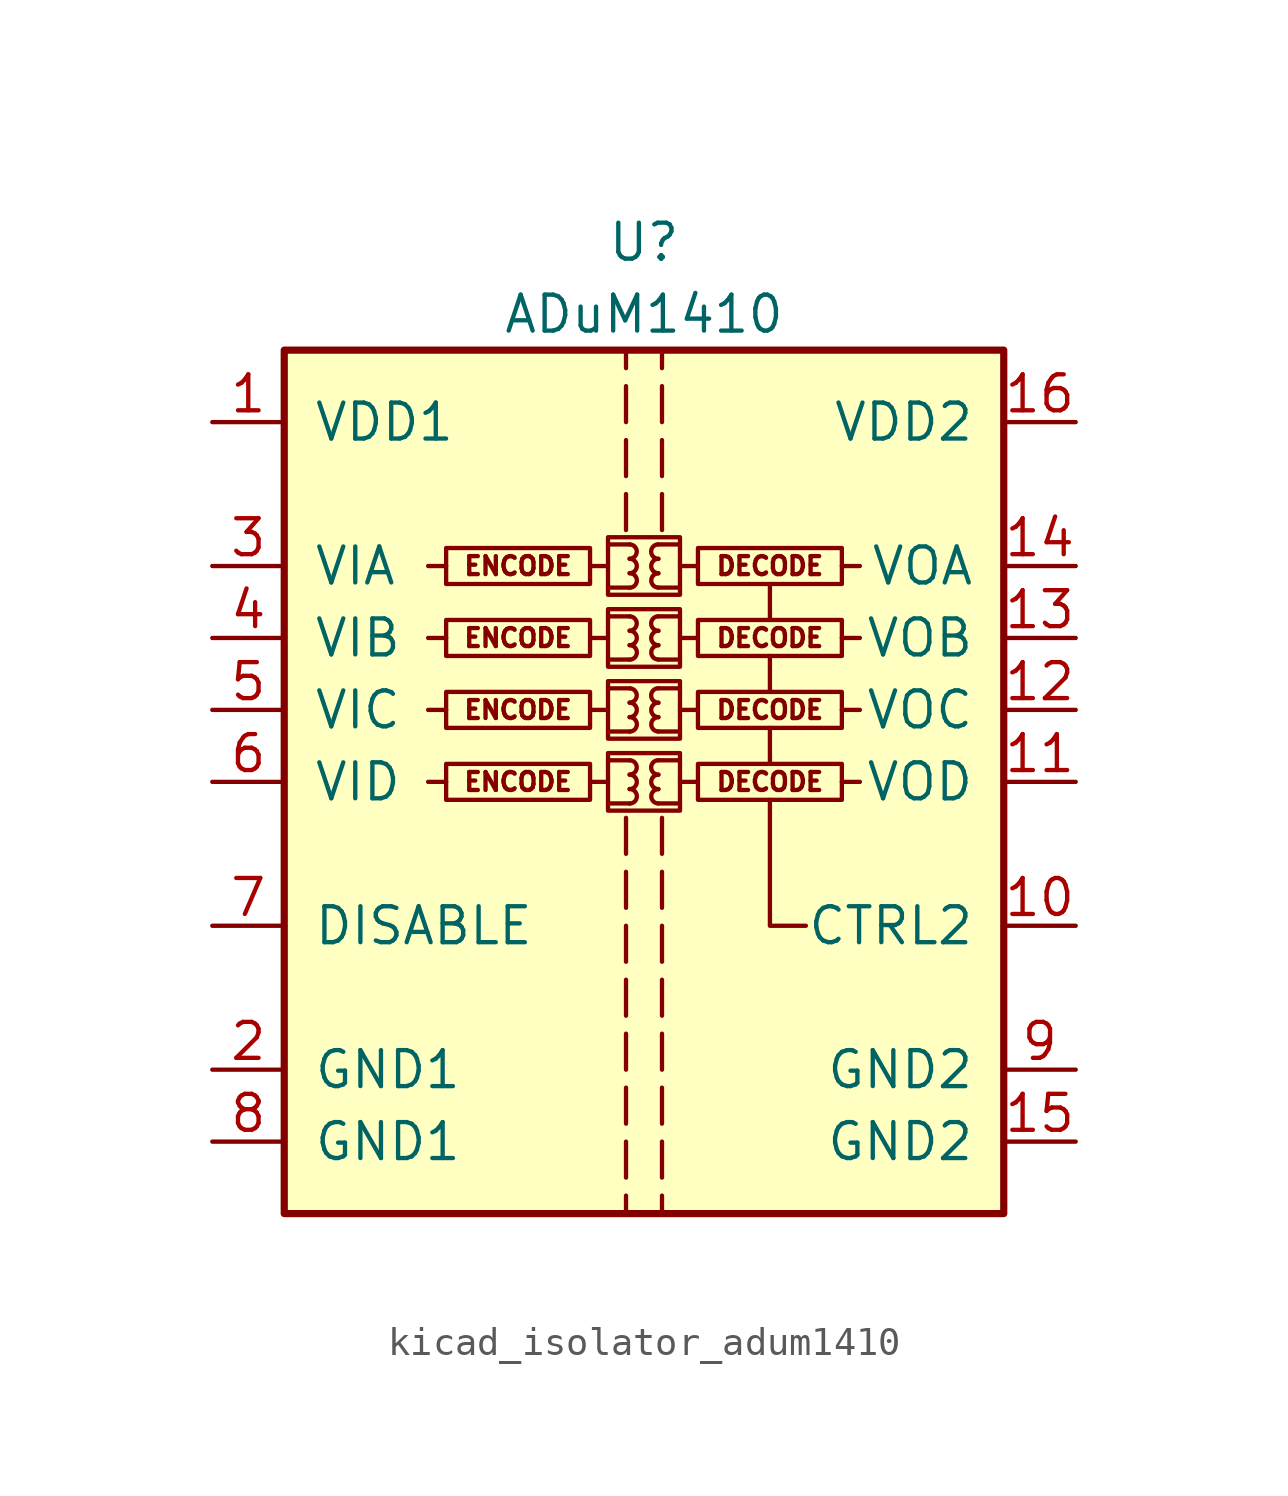
<source format=kicad_sym>
(kicad_symbol_lib
  (version 20220914)
  (generator kicad_symbol_editor)
  (symbol "kicad_isolator_adum1410"
    (pin_names
      (offset 1.016))
    (property "Reference" "U"
      (at 0 19.05 0)
      (effects (font (size 1.27 1.27))))
    (property "Value" "ADuM1410"
      (at 0 16.51 0)
      (effects (font (size 1.27 1.27))))
    (symbol "kicad_isolator_adum1410_0_0"
      (rectangle (start -1.905 0.635) (end -6.985 -0.635) (stroke (width 0) (type default)) (fill (type none)))
      (rectangle (start -1.27 1.016) (end 1.27 -1.016) (stroke (width 0) (type default)) (fill (type none)))
      (rectangle (start -1.27 3.556) (end 1.27 1.524) (stroke (width 0) (type default)) (fill (type none)))
      (rectangle (start -1.27 6.096) (end 1.27 4.064) (stroke (width 0) (type default)) (fill (type none)))
      (rectangle (start -1.27 8.636) (end 1.27 6.604) (stroke (width 0) (type default)) (fill (type none)))
      (arc (start -0.508 -0.762) (mid -0.2551 -0.508) (end -0.508 -0.254) (stroke (width 0) (type default)) (fill (type none)))
      (arc (start -0.508 -0.254) (mid -0.2551 0) (end -0.508 0.254) (stroke (width 0) (type default)) (fill (type none)))
      (arc (start -0.508 0.254) (mid -0.2551 0.508) (end -0.508 0.762) (stroke (width 0) (type default)) (fill (type none)))
      (arc (start -0.508 1.778) (mid -0.2551 2.032) (end -0.508 2.286) (stroke (width 0) (type default)) (fill (type none)))
      (arc (start -0.508 2.286) (mid -0.2551 2.54) (end -0.508 2.794) (stroke (width 0) (type default)) (fill (type none)))
      (arc (start -0.508 2.794) (mid -0.2551 3.048) (end -0.508 3.302) (stroke (width 0) (type default)) (fill (type none)))
      (arc (start -0.508 4.318) (mid -0.2551 4.572) (end -0.508 4.826) (stroke (width 0) (type default)) (fill (type none)))
      (arc (start -0.508 4.826) (mid -0.2551 5.08) (end -0.508 5.334) (stroke (width 0) (type default)) (fill (type none)))
      (arc (start -0.508 5.334) (mid -0.2551 5.588) (end -0.508 5.842) (stroke (width 0) (type default)) (fill (type none)))
      (arc (start -0.508 6.858) (mid -0.2551 7.112) (end -0.508 7.366) (stroke (width 0) (type default)) (fill (type none)))
      (arc (start -0.508 7.366) (mid -0.2551 7.62) (end -0.508 7.874) (stroke (width 0) (type default)) (fill (type none)))
      (arc (start -0.508 7.874) (mid -0.2551 8.128) (end -0.508 8.382) (stroke (width 0) (type default)) (fill (type none)))
      (polyline (pts (xy -6.985 0) (xy -7.62 0)) (stroke (width 0) (type default)) (fill (type none)))
      (polyline (pts (xy -6.985 2.54) (xy -7.62 2.54)) (stroke (width 0) (type default)) (fill (type none)))
      (polyline (pts (xy -6.985 5.08) (xy -7.62 5.08)) (stroke (width 0) (type default)) (fill (type none)))
      (polyline (pts (xy -6.985 7.62) (xy -7.62 7.62)) (stroke (width 0) (type default)) (fill (type none)))
      (polyline (pts (xy -1.905 0) (xy -1.27 0)) (stroke (width 0) (type default)) (fill (type none)))
      (polyline (pts (xy -1.905 2.54) (xy -1.27 2.54)) (stroke (width 0) (type default)) (fill (type none)))
      (polyline (pts (xy -1.905 5.08) (xy -1.27 5.08)) (stroke (width 0) (type default)) (fill (type none)))
      (polyline (pts (xy -1.905 7.62) (xy -1.27 7.62)) (stroke (width 0) (type default)) (fill (type none)))
      (polyline (pts (xy -1.27 -0.762) (xy -0.508 -0.762)) (stroke (width 0) (type default)) (fill (type none)))
      (polyline (pts (xy -1.27 0.762) (xy -0.508 0.762)) (stroke (width 0) (type default)) (fill (type none)))
      (polyline (pts (xy -1.27 1.778) (xy -0.508 1.778)) (stroke (width 0) (type default)) (fill (type none)))
      (polyline (pts (xy -1.27 3.302) (xy -0.508 3.302)) (stroke (width 0) (type default)) (fill (type none)))
      (polyline (pts (xy -1.27 4.318) (xy -0.508 4.318)) (stroke (width 0) (type default)) (fill (type none)))
      (polyline (pts (xy -1.27 5.842) (xy -0.508 5.842)) (stroke (width 0) (type default)) (fill (type none)))
      (polyline (pts (xy -1.27 6.858) (xy -0.508 6.858)) (stroke (width 0) (type default)) (fill (type none)))
      (polyline (pts (xy -1.27 8.382) (xy -0.508 8.382)) (stroke (width 0) (type default)) (fill (type none)))
      (polyline (pts (xy -0.635 -10.795) (xy -0.635 -12.065)) (stroke (width 0) (type default)) (fill (type none)))
      (polyline (pts (xy -0.635 -8.89) (xy -0.635 -10.16)) (stroke (width 0) (type default)) (fill (type none)))
      (polyline (pts (xy -0.635 -6.985) (xy -0.635 -8.255)) (stroke (width 0) (type default)) (fill (type none)))
      (polyline (pts (xy -0.635 -5.08) (xy -0.635 -6.35)) (stroke (width 0) (type default)) (fill (type none)))
      (polyline (pts (xy -0.635 -3.175) (xy -0.635 -4.445)) (stroke (width 0) (type default)) (fill (type none)))
      (polyline (pts (xy -0.635 -1.27) (xy -0.635 -2.54)) (stroke (width 0) (type default)) (fill (type none)))
      (polyline (pts (xy -0.635 8.89) (xy -0.635 10.16)) (stroke (width 0) (type default)) (fill (type none)))
      (polyline (pts (xy -0.635 10.795) (xy -0.635 12.065)) (stroke (width 0) (type default)) (fill (type none)))
      (polyline (pts (xy -0.635 12.7) (xy -0.635 13.97)) (stroke (width 0) (type default)) (fill (type none)))
      (polyline (pts (xy -0.635 15.24) (xy -0.635 14.605)) (stroke (width 0) (type default)) (fill (type none)))
      (polyline (pts (xy 0.635 -10.795) (xy 0.635 -12.065)) (stroke (width 0) (type default)) (fill (type none)))
      (polyline (pts (xy 0.635 -8.89) (xy 0.635 -10.16)) (stroke (width 0) (type default)) (fill (type none)))
      (polyline (pts (xy 0.635 -6.985) (xy 0.635 -8.255)) (stroke (width 0) (type default)) (fill (type none)))
      (polyline (pts (xy 0.635 -5.08) (xy 0.635 -6.35)) (stroke (width 0) (type default)) (fill (type none)))
      (polyline (pts (xy 0.635 -3.175) (xy 0.635 -4.445)) (stroke (width 0) (type default)) (fill (type none)))
      (polyline (pts (xy 0.635 -1.27) (xy 0.635 -2.54)) (stroke (width 0) (type default)) (fill (type none)))
      (polyline (pts (xy 0.635 8.89) (xy 0.635 10.16)) (stroke (width 0) (type default)) (fill (type none)))
      (polyline (pts (xy 0.635 12.065) (xy 0.635 10.795)) (stroke (width 0) (type default)) (fill (type none)))
      (polyline (pts (xy 0.635 13.97) (xy 0.635 12.7)) (stroke (width 0) (type default)) (fill (type none)))
      (polyline (pts (xy 0.635 14.605) (xy 0.635 15.24)) (stroke (width 0) (type default)) (fill (type none)))
      (polyline (pts (xy 1.27 -0.762) (xy 0.508 -0.762)) (stroke (width 0) (type default)) (fill (type none)))
      (polyline (pts (xy 1.27 0.762) (xy 0.508 0.762)) (stroke (width 0) (type default)) (fill (type none)))
      (polyline (pts (xy 1.27 1.778) (xy 0.508 1.778)) (stroke (width 0) (type default)) (fill (type none)))
      (polyline (pts (xy 1.27 3.302) (xy 0.508 3.302)) (stroke (width 0) (type default)) (fill (type none)))
      (polyline (pts (xy 1.27 4.318) (xy 0.508 4.318)) (stroke (width 0) (type default)) (fill (type none)))
      (polyline (pts (xy 1.27 5.842) (xy 0.508 5.842)) (stroke (width 0) (type default)) (fill (type none)))
      (polyline (pts (xy 1.27 6.858) (xy 0.508 6.858)) (stroke (width 0) (type default)) (fill (type none)))
      (polyline (pts (xy 1.27 8.382) (xy 0.508 8.382)) (stroke (width 0) (type default)) (fill (type none)))
      (polyline (pts (xy 1.905 0) (xy 1.27 0)) (stroke (width 0) (type default)) (fill (type none)))
      (polyline (pts (xy 1.905 2.54) (xy 1.27 2.54)) (stroke (width 0) (type default)) (fill (type none)))
      (polyline (pts (xy 1.905 5.08) (xy 1.27 5.08)) (stroke (width 0) (type default)) (fill (type none)))
      (polyline (pts (xy 1.905 7.62) (xy 1.27 7.62)) (stroke (width 0) (type default)) (fill (type none)))
      (polyline (pts (xy 4.445 0.635) (xy 4.445 1.905)) (stroke (width 0) (type default)) (fill (type none)))
      (polyline (pts (xy 4.445 3.175) (xy 4.445 4.445)) (stroke (width 0) (type default)) (fill (type none)))
      (polyline (pts (xy 4.445 5.715) (xy 4.445 6.985)) (stroke (width 0) (type default)) (fill (type none)))
      (polyline (pts (xy 6.985 0) (xy 7.62 0)) (stroke (width 0) (type default)) (fill (type none)))
      (polyline (pts (xy 6.985 2.54) (xy 7.62 2.54)) (stroke (width 0) (type default)) (fill (type none)))
      (polyline (pts (xy 6.985 5.08) (xy 7.62 5.08)) (stroke (width 0) (type default)) (fill (type none)))
      (polyline (pts (xy 6.985 7.62) (xy 7.62 7.62)) (stroke (width 0) (type default)) (fill (type none)))
      (polyline (pts (xy 5.715 -5.08) (xy 4.445 -5.08) (xy 4.445 -0.635)) (stroke (width 0) (type default)) (fill (type none)))
      (arc (start 0.508 -0.254) (mid 0.2551 -0.508) (end 0.508 -0.762) (stroke (width 0) (type default)) (fill (type none)))
      (arc (start 0.508 0.254) (mid 0.2551 0) (end 0.508 -0.254) (stroke (width 0) (type default)) (fill (type none)))
      (arc (start 0.508 0.762) (mid 0.2551 0.508) (end 0.508 0.254) (stroke (width 0) (type default)) (fill (type none)))
      (arc (start 0.508 2.286) (mid 0.2551 2.032) (end 0.508 1.778) (stroke (width 0) (type default)) (fill (type none)))
      (arc (start 0.508 2.794) (mid 0.2551 2.54) (end 0.508 2.286) (stroke (width 0) (type default)) (fill (type none)))
      (arc (start 0.508 3.302) (mid 0.2551 3.048) (end 0.508 2.794) (stroke (width 0) (type default)) (fill (type none)))
      (arc (start 0.508 4.826) (mid 0.2551 4.572) (end 0.508 4.318) (stroke (width 0) (type default)) (fill (type none)))
      (arc (start 0.508 5.334) (mid 0.2551 5.08) (end 0.508 4.826) (stroke (width 0) (type default)) (fill (type none)))
      (arc (start 0.508 5.842) (mid 0.2551 5.588) (end 0.508 5.334) (stroke (width 0) (type default)) (fill (type none)))
      (arc (start 0.508 7.366) (mid 0.2551 7.112) (end 0.508 6.858) (stroke (width 0) (type default)) (fill (type none)))
      (arc (start 0.508 7.874) (mid 0.2551 7.62) (end 0.508 7.366) (stroke (width 0) (type default)) (fill (type none)))
      (arc (start 0.508 8.382) (mid 0.2551 8.128) (end 0.508 7.874) (stroke (width 0) (type default)) (fill (type none)))
      (rectangle (start 1.905 0.635) (end 6.985 -0.635) (stroke (width 0) (type default)) (fill (type none)))
      (rectangle (start 1.905 3.175) (end 6.985 1.905) (stroke (width 0) (type default)) (fill (type none)))
      (rectangle (start 1.905 5.715) (end 6.985 4.445) (stroke (width 0) (type default)) (fill (type none)))
      (rectangle (start 1.905 8.255) (end 6.985 6.985) (stroke (width 0) (type default)) (fill (type none)))
      (text "DECODE" (at 4.445 0 0) (effects (font (size 0.635 0.635))))
      (text "DECODE" (at 4.445 2.54 0) (effects (font (size 0.635 0.635))))
      (text "DECODE" (at 4.445 5.08 0) (effects (font (size 0.635 0.635))))
      (text "DECODE" (at 4.445 7.62 0) (effects (font (size 0.635 0.635))))
      (text "ENCODE" (at -4.445 0 0) (effects (font (size 0.635 0.635))))
      (text "ENCODE" (at -4.445 2.54 0) (effects (font (size 0.635 0.635))))
      (text "ENCODE" (at -4.445 5.08 0) (effects (font (size 0.635 0.635))))
      (text "ENCODE" (at -4.445 7.62 0) (effects (font (size 0.635 0.635)))))
    (symbol "kicad_isolator_adum1410_0_1"
      (rectangle (start -12.7 15.24) (end 12.7 -15.24) (stroke (width 0.254) (type default)) (fill (type background)))
      (rectangle (start -1.905 3.175) (end -6.985 1.905) (stroke (width 0) (type default)) (fill (type none)))
      (rectangle (start -1.905 5.715) (end -6.985 4.445) (stroke (width 0) (type default)) (fill (type none)))
      (rectangle (start -1.905 8.255) (end -6.985 6.985) (stroke (width 0) (type default)) (fill (type none)))
      (polyline (pts (xy -0.635 -14.605) (xy -0.635 -15.24)) (stroke (width 0) (type default)) (fill (type none)))
      (polyline (pts (xy -0.635 -12.7) (xy -0.635 -13.97)) (stroke (width 0) (type default)) (fill (type none)))
      (polyline (pts (xy 0.635 -14.605) (xy 0.635 -15.24)) (stroke (width 0) (type default)) (fill (type none)))
      (polyline (pts (xy 0.635 -12.7) (xy 0.635 -13.97)) (stroke (width 0) (type default)) (fill (type none))))
    (symbol "kicad_isolator_adum1410_1_1"
      (pin power_in line (at -15.24 12.7 0) (length 2.54) (name "VDD1" (effects (font (size 1.27 1.27)))) (number "1" (effects (font (size 1.27 1.27)))))
      (pin input line (at 15.24 -5.08 180) (length 2.54) (name "CTRL2" (effects (font (size 1.27 1.27)))) (number "10" (effects (font (size 1.27 1.27)))))
      (pin output line (at 15.24 0 180) (length 2.54) (name "VOD" (effects (font (size 1.27 1.27)))) (number "11" (effects (font (size 1.27 1.27)))))
      (pin output line (at 15.24 2.54 180) (length 2.54) (name "VOC" (effects (font (size 1.27 1.27)))) (number "12" (effects (font (size 1.27 1.27)))))
      (pin output line (at 15.24 5.08 180) (length 2.54) (name "VOB" (effects (font (size 1.27 1.27)))) (number "13" (effects (font (size 1.27 1.27)))))
      (pin output line (at 15.24 7.62 180) (length 2.54) (name "VOA" (effects (font (size 1.27 1.27)))) (number "14" (effects (font (size 1.27 1.27)))))
      (pin power_in line (at 15.24 -12.7 180) (length 2.54) (name "GND2" (effects (font (size 1.27 1.27)))) (number "15" (effects (font (size 1.27 1.27)))))
      (pin power_in line (at 15.24 12.7 180) (length 2.54) (name "VDD2" (effects (font (size 1.27 1.27)))) (number "16" (effects (font (size 1.27 1.27)))))
      (pin power_in line (at -15.24 -10.16 0) (length 2.54) (name "GND1" (effects (font (size 1.27 1.27)))) (number "2" (effects (font (size 1.27 1.27)))))
      (pin input line (at -15.24 7.62 0) (length 2.54) (name "VIA" (effects (font (size 1.27 1.27)))) (number "3" (effects (font (size 1.27 1.27)))))
      (pin input line (at -15.24 5.08 0) (length 2.54) (name "VIB" (effects (font (size 1.27 1.27)))) (number "4" (effects (font (size 1.27 1.27)))))
      (pin input line (at -15.24 2.54 0) (length 2.54) (name "VIC" (effects (font (size 1.27 1.27)))) (number "5" (effects (font (size 1.27 1.27)))))
      (pin input line (at -15.24 0 0) (length 2.54) (name "VID" (effects (font (size 1.27 1.27)))) (number "6" (effects (font (size 1.27 1.27)))))
      (pin input line (at -15.24 -5.08 0) (length 2.54) (name "DISABLE" (effects (font (size 1.27 1.27)))) (number "7" (effects (font (size 1.27 1.27)))))
      (pin power_in line (at -15.24 -12.7 0) (length 2.54) (name "GND1" (effects (font (size 1.27 1.27)))) (number "8" (effects (font (size 1.27 1.27)))))
      (pin power_in line (at 15.24 -10.16 180) (length 2.54) (name "GND2" (effects (font (size 1.27 1.27)))) (number "9" (effects (font (size 1.27 1.27))))))))
</source>
